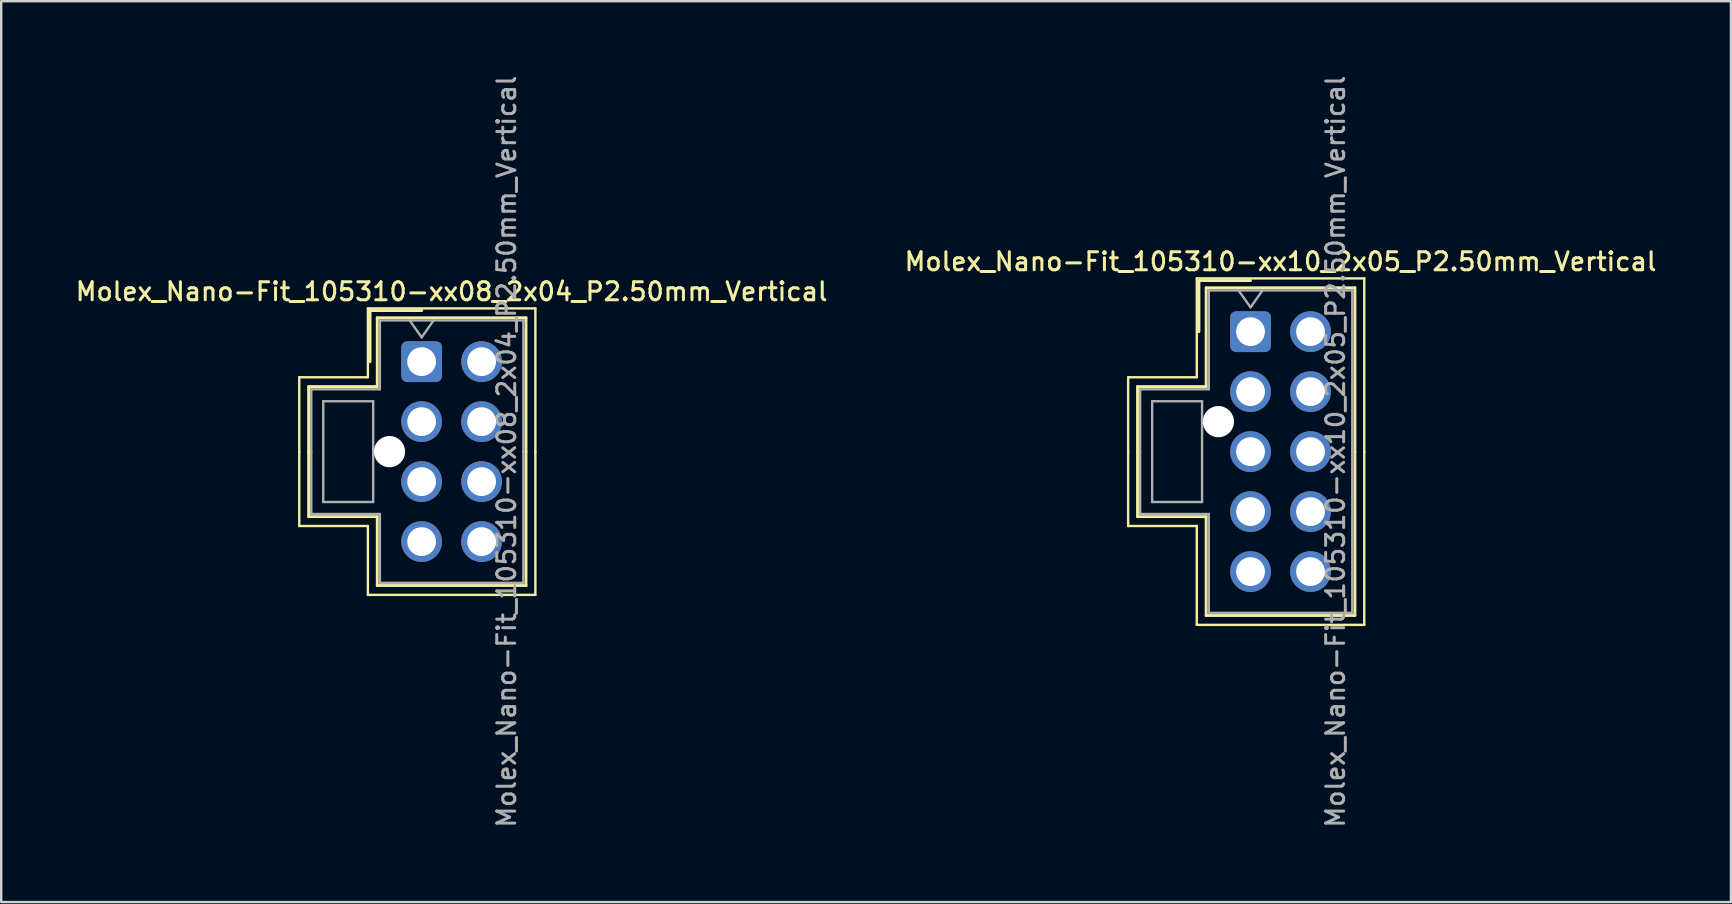
<source format=kicad_pcb>
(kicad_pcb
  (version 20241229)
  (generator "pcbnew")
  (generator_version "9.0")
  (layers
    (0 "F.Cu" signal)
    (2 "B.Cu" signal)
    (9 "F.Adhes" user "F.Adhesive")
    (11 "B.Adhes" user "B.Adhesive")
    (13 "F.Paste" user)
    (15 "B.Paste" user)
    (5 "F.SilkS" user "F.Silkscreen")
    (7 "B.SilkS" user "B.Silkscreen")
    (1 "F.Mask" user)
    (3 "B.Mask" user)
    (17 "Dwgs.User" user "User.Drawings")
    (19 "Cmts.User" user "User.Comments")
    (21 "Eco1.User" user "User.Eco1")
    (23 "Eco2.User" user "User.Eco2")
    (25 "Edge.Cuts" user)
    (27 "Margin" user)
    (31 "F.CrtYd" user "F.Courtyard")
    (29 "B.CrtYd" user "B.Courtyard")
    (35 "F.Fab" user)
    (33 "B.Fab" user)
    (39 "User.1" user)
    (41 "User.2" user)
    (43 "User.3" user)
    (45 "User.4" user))
  (footprint "Molex_Nano-Fit_105310-xx10_2x05_P2.50mm_Vertical"
    (layer "F.Cu")
    (at 49.07 10.773)
    (property "Reference" "Molex_Nano-Fit_105310-xx10_2x05_P2.50mm_Vertical" (at 1.25 -2.92 0) (layer "F.SilkS") (effects (font (size 0.75 0.75) (thickness 0.125))))
    (attr through_hole)
    (fp_line (start -5.1 1.9) (end -5.1 5) (stroke (width 0.1) (type solid)) (layer "F.SilkS"))
    (fp_line (start -5.1 8.1) (end -5.1 5) (stroke (width 0.1) (type solid)) (layer "F.SilkS"))
    (fp_line (start -4.71 2.29) (end -4.71 5) (stroke (width 0.12) (type solid)) (layer "F.SilkS"))
    (fp_line (start -4.71 7.71) (end -4.71 5) (stroke (width 0.12) (type solid)) (layer "F.SilkS"))
    (fp_line (start -2.24 -2.22) (end -2.24 1.9) (stroke (width 0.1) (type solid)) (layer "F.SilkS"))
    (fp_line (start -2.24 1.9) (end -5.1 1.9) (stroke (width 0.1) (type solid)) (layer "F.SilkS"))
    (fp_line (start -2.24 8.1) (end -5.1 8.1) (stroke (width 0.1) (type solid)) (layer "F.SilkS"))
    (fp_line (start -2.24 12.22) (end -2.24 8.1) (stroke (width 0.1) (type solid)) (layer "F.SilkS"))
    (fp_line (start -2.15 -2.13) (end -2.15 0) (stroke (width 0.12) (type solid)) (layer "F.SilkS"))
    (fp_line (start -1.85 -1.83) (end -1.85 2.29) (stroke (width 0.12) (type solid)) (layer "F.SilkS"))
    (fp_line (start -1.85 2.29) (end -4.71 2.29) (stroke (width 0.12) (type solid)) (layer "F.SilkS"))
    (fp_line (start -1.85 7.71) (end -4.71 7.71) (stroke (width 0.12) (type solid)) (layer "F.SilkS"))
    (fp_line (start -1.85 11.83) (end -1.85 7.71) (stroke (width 0.12) (type solid)) (layer "F.SilkS"))
    (fp_line (start 0 -2.13) (end -2.15 -2.13) (stroke (width 0.12) (type solid)) (layer "F.SilkS"))
    (fp_line (start 4.35 -1.83) (end -1.85 -1.83) (stroke (width 0.12) (type solid)) (layer "F.SilkS"))
    (fp_line (start 4.35 5) (end 4.35 -1.83) (stroke (width 0.12) (type solid)) (layer "F.SilkS"))
    (fp_line (start 4.35 5) (end 4.35 11.83) (stroke (width 0.12) (type solid)) (layer "F.SilkS"))
    (fp_line (start 4.35 11.83) (end -1.85 11.83) (stroke (width 0.12) (type solid)) (layer "F.SilkS"))
    (fp_line (start 4.74 -2.22) (end -2.24 -2.22) (stroke (width 0.1) (type solid)) (layer "F.SilkS"))
    (fp_line (start 4.74 5) (end 4.74 -2.22) (stroke (width 0.1) (type solid)) (layer "F.SilkS"))
    (fp_line (start 4.74 5) (end 4.74 12.22) (stroke (width 0.1) (type solid)) (layer "F.SilkS"))
    (fp_line (start 4.74 12.22) (end -2.24 12.22) (stroke (width 0.1) (type solid)) (layer "F.SilkS"))
    (fp_line (start -4.6 2.4) (end -4.6 5) (stroke (width 0.1) (type solid)) (layer "F.Fab"))
    (fp_line (start -4.6 7.6) (end -4.6 5) (stroke (width 0.1) (type solid)) (layer "F.Fab"))
    (fp_line (start -4.1 2.9) (end -4.1 7.1) (stroke (width 0.1) (type solid)) (layer "F.Fab"))
    (fp_line (start -4.1 7.1) (end -2.02 7.1) (stroke (width 0.1) (type solid)) (layer "F.Fab"))
    (fp_line (start -2.02 2.9) (end -4.1 2.9) (stroke (width 0.1) (type solid)) (layer "F.Fab"))
    (fp_line (start -2.02 7.1) (end -2.02 2.9) (stroke (width 0.1) (type solid)) (layer "F.Fab"))
    (fp_line (start -1.74 -1.72) (end -1.74 2.4) (stroke (width 0.1) (type solid)) (layer "F.Fab"))
    (fp_line (start -1.74 2.4) (end -4.6 2.4) (stroke (width 0.1) (type solid)) (layer "F.Fab"))
    (fp_line (start -1.74 7.6) (end -4.6 7.6) (stroke (width 0.1) (type solid)) (layer "F.Fab"))
    (fp_line (start -1.74 11.72) (end -1.74 7.6) (stroke (width 0.1) (type solid)) (layer "F.Fab"))
    (fp_line (start -0.5 -1.72) (end 0 -1.013) (stroke (width 0.1) (type solid)) (layer "F.Fab"))
    (fp_line (start 0 -1.013) (end 0.5 -1.72) (stroke (width 0.1) (type solid)) (layer "F.Fab"))
    (fp_line (start 4.24 -1.72) (end -1.74 -1.72) (stroke (width 0.1) (type solid)) (layer "F.Fab"))
    (fp_line (start 4.24 5) (end 4.24 -1.72) (stroke (width 0.1) (type solid)) (layer "F.Fab"))
    (fp_line (start 4.24 5) (end 4.24 11.72) (stroke (width 0.1) (type solid)) (layer "F.Fab"))
    (fp_line (start 4.24 11.72) (end -1.74 11.72) (stroke (width 0.1) (type solid)) (layer "F.Fab"))
    (fp_text user "${REFERENCE}" (at 3.54 5 90) (layer "F.Fab") (effects (font (size 0.75 0.75) (thickness 0.125))))
    (pad "" np_thru_hole circle (at -1.34 3.75) (size 1.3 1.3) (drill 1.3) (layers "*.Cu" "*.Mask"))
    (pad "1" thru_hole roundrect (at 0 0) (size 1.7 1.7) (drill 1.2) (layers "*.Cu" "*.Mask") (roundrect_rratio 0.147))
    (pad "2" thru_hole circle (at 0 2.5) (size 1.7 1.7) (drill 1.2) (layers "*.Cu" "*.Mask"))
    (pad "3" thru_hole circle (at 0 5) (size 1.7 1.7) (drill 1.2) (layers "*.Cu" "*.Mask"))
    (pad "4" thru_hole circle (at 0 7.5) (size 1.7 1.7) (drill 1.2) (layers "*.Cu" "*.Mask"))
    (pad "5" thru_hole circle (at 0 10) (size 1.7 1.7) (drill 1.2) (layers "*.Cu" "*.Mask"))
    (pad "6" thru_hole circle (at 2.5 0) (size 1.7 1.7) (drill 1.2) (layers "*.Cu" "*.Mask"))
    (pad "7" thru_hole circle (at 2.5 2.5) (size 1.7 1.7) (drill 1.2) (layers "*.Cu" "*.Mask"))
    (pad "8" thru_hole circle (at 2.5 5) (size 1.7 1.7) (drill 1.2) (layers "*.Cu" "*.Mask"))
    (pad "9" thru_hole circle (at 2.5 7.5) (size 1.7 1.7) (drill 1.2) (layers "*.Cu" "*.Mask"))
    (pad "10" thru_hole circle (at 2.5 10) (size 1.7 1.7) (drill 1.2) (layers "*.Cu" "*.Mask")))
  (footprint "Molex_Nano-Fit_105310-xx08_2x04_P2.50mm_Vertical"
    (layer "F.Cu")
    (at 14.523 12.023)
    (property "Reference" "Molex_Nano-Fit_105310-xx08_2x04_P2.50mm_Vertical" (at 1.25 -2.92 0) (layer "F.SilkS") (effects (font (size 0.75 0.75) (thickness 0.125))))
    (attr through_hole)
    (fp_line (start -5.1 0.65) (end -5.1 3.75) (stroke (width 0.1) (type solid)) (layer "F.SilkS"))
    (fp_line (start -5.1 6.85) (end -5.1 3.75) (stroke (width 0.1) (type solid)) (layer "F.SilkS"))
    (fp_line (start -4.71 1.04) (end -4.71 3.75) (stroke (width 0.12) (type solid)) (layer "F.SilkS"))
    (fp_line (start -4.71 6.46) (end -4.71 3.75) (stroke (width 0.12) (type solid)) (layer "F.SilkS"))
    (fp_line (start -2.24 -2.22) (end -2.24 0.65) (stroke (width 0.1) (type solid)) (layer "F.SilkS"))
    (fp_line (start -2.24 0.65) (end -5.1 0.65) (stroke (width 0.1) (type solid)) (layer "F.SilkS"))
    (fp_line (start -2.24 6.85) (end -5.1 6.85) (stroke (width 0.1) (type solid)) (layer "F.SilkS"))
    (fp_line (start -2.24 9.72) (end -2.24 6.85) (stroke (width 0.1) (type solid)) (layer "F.SilkS"))
    (fp_line (start -2.15 -2.13) (end -2.15 0) (stroke (width 0.12) (type solid)) (layer "F.SilkS"))
    (fp_line (start -1.85 -1.83) (end -1.85 1.04) (stroke (width 0.12) (type solid)) (layer "F.SilkS"))
    (fp_line (start -1.85 1.04) (end -4.71 1.04) (stroke (width 0.12) (type solid)) (layer "F.SilkS"))
    (fp_line (start -1.85 6.46) (end -4.71 6.46) (stroke (width 0.12) (type solid)) (layer "F.SilkS"))
    (fp_line (start -1.85 9.33) (end -1.85 6.46) (stroke (width 0.12) (type solid)) (layer "F.SilkS"))
    (fp_line (start 0 -2.13) (end -2.15 -2.13) (stroke (width 0.12) (type solid)) (layer "F.SilkS"))
    (fp_line (start 4.35 -1.83) (end -1.85 -1.83) (stroke (width 0.12) (type solid)) (layer "F.SilkS"))
    (fp_line (start 4.35 3.75) (end 4.35 -1.83) (stroke (width 0.12) (type solid)) (layer "F.SilkS"))
    (fp_line (start 4.35 3.75) (end 4.35 9.33) (stroke (width 0.12) (type solid)) (layer "F.SilkS"))
    (fp_line (start 4.35 9.33) (end -1.85 9.33) (stroke (width 0.12) (type solid)) (layer "F.SilkS"))
    (fp_line (start 4.74 -2.22) (end -2.24 -2.22) (stroke (width 0.1) (type solid)) (layer "F.SilkS"))
    (fp_line (start 4.74 3.75) (end 4.74 -2.22) (stroke (width 0.1) (type solid)) (layer "F.SilkS"))
    (fp_line (start 4.74 3.75) (end 4.74 9.72) (stroke (width 0.1) (type solid)) (layer "F.SilkS"))
    (fp_line (start 4.74 9.72) (end -2.24 9.72) (stroke (width 0.1) (type solid)) (layer "F.SilkS"))
    (fp_line (start -4.6 1.15) (end -4.6 3.75) (stroke (width 0.1) (type solid)) (layer "F.Fab"))
    (fp_line (start -4.6 6.35) (end -4.6 3.75) (stroke (width 0.1) (type solid)) (layer "F.Fab"))
    (fp_line (start -4.1 1.65) (end -4.1 5.85) (stroke (width 0.1) (type solid)) (layer "F.Fab"))
    (fp_line (start -4.1 5.85) (end -2.02 5.85) (stroke (width 0.1) (type solid)) (layer "F.Fab"))
    (fp_line (start -2.02 1.65) (end -4.1 1.65) (stroke (width 0.1) (type solid)) (layer "F.Fab"))
    (fp_line (start -2.02 5.85) (end -2.02 1.65) (stroke (width 0.1) (type solid)) (layer "F.Fab"))
    (fp_line (start -1.74 -1.72) (end -1.74 1.15) (stroke (width 0.1) (type solid)) (layer "F.Fab"))
    (fp_line (start -1.74 1.15) (end -4.6 1.15) (stroke (width 0.1) (type solid)) (layer "F.Fab"))
    (fp_line (start -1.74 6.35) (end -4.6 6.35) (stroke (width 0.1) (type solid)) (layer "F.Fab"))
    (fp_line (start -1.74 9.22) (end -1.74 6.35) (stroke (width 0.1) (type solid)) (layer "F.Fab"))
    (fp_line (start -0.5 -1.72) (end 0 -1.013) (stroke (width 0.1) (type solid)) (layer "F.Fab"))
    (fp_line (start 0 -1.013) (end 0.5 -1.72) (stroke (width 0.1) (type solid)) (layer "F.Fab"))
    (fp_line (start 4.24 -1.72) (end -1.74 -1.72) (stroke (width 0.1) (type solid)) (layer "F.Fab"))
    (fp_line (start 4.24 3.75) (end 4.24 -1.72) (stroke (width 0.1) (type solid)) (layer "F.Fab"))
    (fp_line (start 4.24 3.75) (end 4.24 9.22) (stroke (width 0.1) (type solid)) (layer "F.Fab"))
    (fp_line (start 4.24 9.22) (end -1.74 9.22) (stroke (width 0.1) (type solid)) (layer "F.Fab"))
    (fp_text user "${REFERENCE}" (at 3.54 3.75 90) (layer "F.Fab") (effects (font (size 0.75 0.75) (thickness 0.125))))
    (pad "" np_thru_hole circle (at -1.34 3.75) (size 1.3 1.3) (drill 1.3) (layers "*.Cu" "*.Mask"))
    (pad "1" thru_hole roundrect (at 0 0) (size 1.7 1.7) (drill 1.2) (layers "*.Cu" "*.Mask") (roundrect_rratio 0.147))
    (pad "2" thru_hole circle (at 0 2.5) (size 1.7 1.7) (drill 1.2) (layers "*.Cu" "*.Mask"))
    (pad "3" thru_hole circle (at 0 5) (size 1.7 1.7) (drill 1.2) (layers "*.Cu" "*.Mask"))
    (pad "4" thru_hole circle (at 0 7.5) (size 1.7 1.7) (drill 1.2) (layers "*.Cu" "*.Mask"))
    (pad "5" thru_hole circle (at 2.5 0) (size 1.7 1.7) (drill 1.2) (layers "*.Cu" "*.Mask"))
    (pad "6" thru_hole circle (at 2.5 2.5) (size 1.7 1.7) (drill 1.2) (layers "*.Cu" "*.Mask"))
    (pad "7" thru_hole circle (at 2.5 5) (size 1.7 1.7) (drill 1.2) (layers "*.Cu" "*.Mask"))
    (pad "8" thru_hole circle (at 2.5 7.5) (size 1.7 1.7) (drill 1.2) (layers "*.Cu" "*.Mask")))
  (gr_rect
    (start -3 -3)
    (end 69.093 34.546)
    (stroke (width 0.1) (type default))
    (fill no)
    (layer "Edge.Cuts")))
</source>
